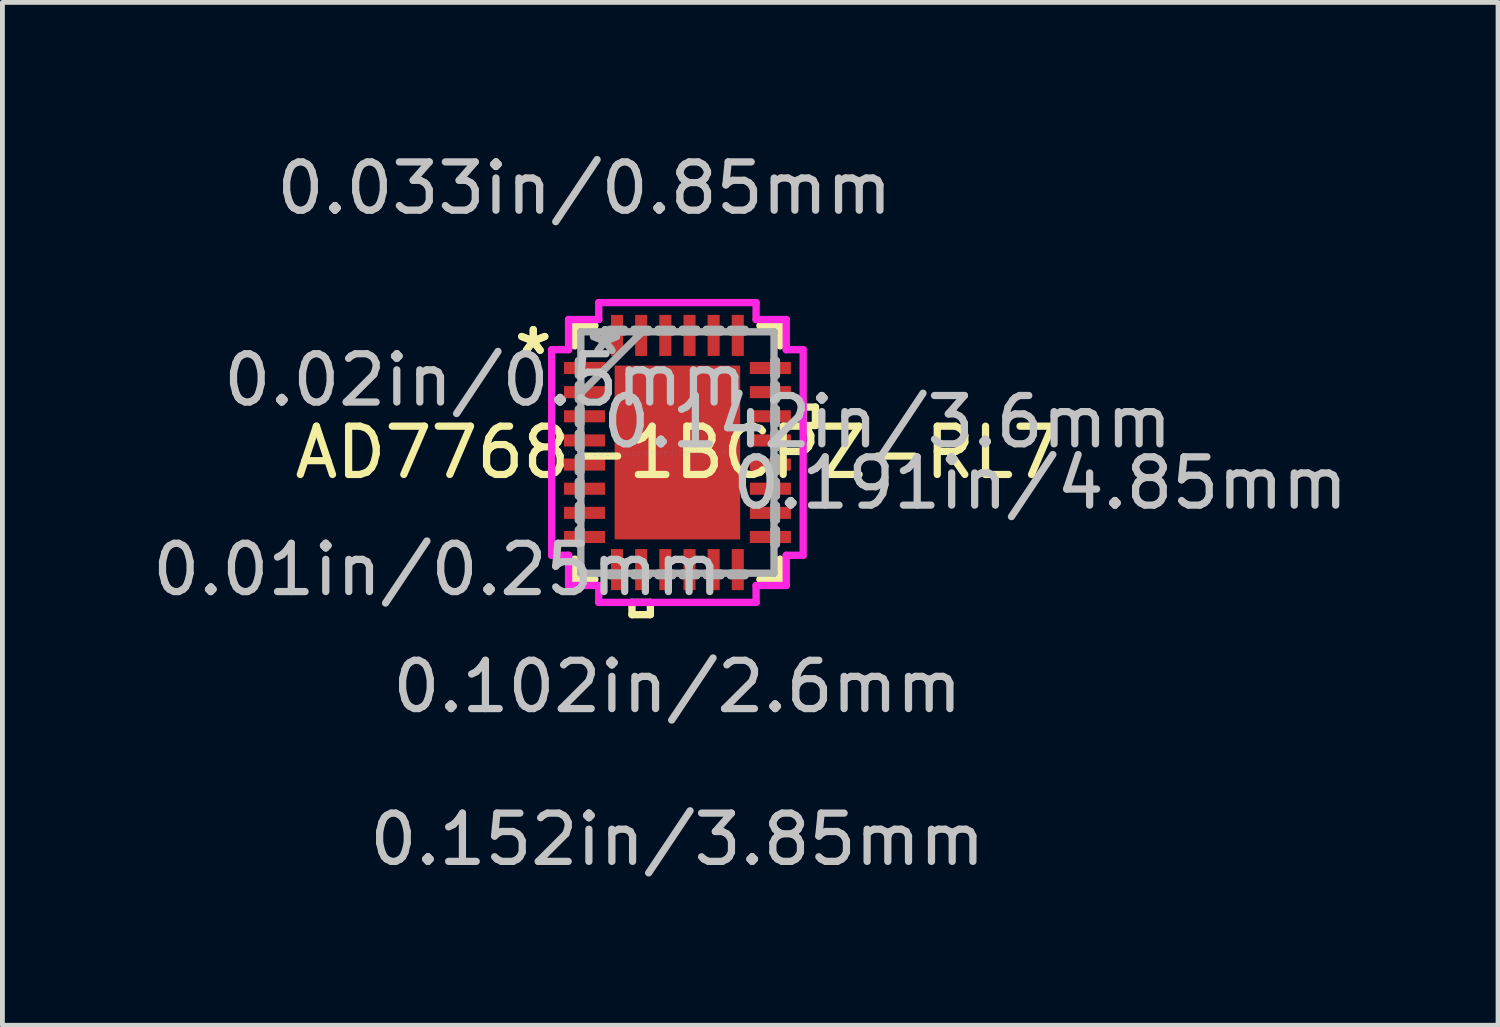
<source format=kicad_pcb>
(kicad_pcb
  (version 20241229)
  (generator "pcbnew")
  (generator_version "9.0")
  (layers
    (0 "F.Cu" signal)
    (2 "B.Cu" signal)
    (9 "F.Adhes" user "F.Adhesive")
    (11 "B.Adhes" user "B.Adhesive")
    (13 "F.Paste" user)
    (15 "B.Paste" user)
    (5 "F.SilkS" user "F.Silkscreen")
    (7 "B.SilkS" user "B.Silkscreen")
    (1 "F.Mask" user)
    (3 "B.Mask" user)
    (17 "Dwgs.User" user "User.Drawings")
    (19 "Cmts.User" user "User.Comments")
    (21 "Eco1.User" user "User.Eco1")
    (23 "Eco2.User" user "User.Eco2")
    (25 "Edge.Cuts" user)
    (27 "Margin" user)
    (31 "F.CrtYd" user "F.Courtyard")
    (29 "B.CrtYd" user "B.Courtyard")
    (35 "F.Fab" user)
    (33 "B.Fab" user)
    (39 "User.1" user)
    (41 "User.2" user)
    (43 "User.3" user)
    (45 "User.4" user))
  (footprint "AD7768-1BCPZ-RL7"
    (layer "F.Cu")
    (at 10.979 6.321)
    (property "Reference" "AD7768-1BCPZ-RL7" (at 0 0 0) (layer "F.SilkS") (effects (font (size 1 1) (thickness 0.15))))
    (attr through_hole)
    (fp_line (start -2.127 -2.627) (end -2.127 -2.208) (stroke (width 0.152) (type solid)) (layer "F.SilkS"))
    (fp_line (start -2.127 2.208) (end -2.127 2.627) (stroke (width 0.152) (type solid)) (layer "F.SilkS"))
    (fp_line (start -2.127 2.627) (end -1.708 2.627) (stroke (width 0.152) (type solid)) (layer "F.SilkS"))
    (fp_line (start -1.708 -2.627) (end -2.127 -2.627) (stroke (width 0.152) (type solid)) (layer "F.SilkS"))
    (fp_line (start -0.941 3.104) (end -0.941 3.358) (stroke (width 0.152) (type solid)) (layer "F.SilkS"))
    (fp_line (start -0.941 3.358) (end -0.56 3.358) (stroke (width 0.152) (type solid)) (layer "F.SilkS"))
    (fp_line (start -0.56 3.104) (end -0.941 3.104) (stroke (width 0.152) (type solid)) (layer "F.SilkS"))
    (fp_line (start -0.56 3.358) (end -0.56 3.104) (stroke (width 0.152) (type solid)) (layer "F.SilkS"))
    (fp_line (start 1.708 2.627) (end 2.127 2.627) (stroke (width 0.152) (type solid)) (layer "F.SilkS"))
    (fp_line (start 2.127 -2.627) (end 1.708 -2.627) (stroke (width 0.152) (type solid)) (layer "F.SilkS"))
    (fp_line (start 2.127 -2.208) (end 2.127 -2.627) (stroke (width 0.152) (type solid)) (layer "F.SilkS"))
    (fp_line (start 2.127 2.627) (end 2.127 2.208) (stroke (width 0.152) (type solid)) (layer "F.SilkS"))
    (fp_line (start 2.604 -0.941) (end 2.858 -0.941) (stroke (width 0.152) (type solid)) (layer "F.SilkS"))
    (fp_line (start 2.604 -0.56) (end 2.604 -0.941) (stroke (width 0.152) (type solid)) (layer "F.SilkS"))
    (fp_line (start 2.858 -0.941) (end 2.858 -0.56) (stroke (width 0.152) (type solid)) (layer "F.SilkS"))
    (fp_line (start 2.858 -0.56) (end 2.604 -0.56) (stroke (width 0.152) (type solid)) (layer "F.SilkS"))
    (fp_line (start -1.2 -1.7) (end -1.2 -0.1) (stroke (width 0.152) (type solid)) (layer "F.Paste"))
    (fp_line (start -1.2 -0.1) (end -0.1 -0.1) (stroke (width 0.152) (type solid)) (layer "F.Paste"))
    (fp_line (start -1.2 0.1) (end -1.2 1.7) (stroke (width 0.152) (type solid)) (layer "F.Paste"))
    (fp_line (start -1.2 1.7) (end -0.1 1.7) (stroke (width 0.152) (type solid)) (layer "F.Paste"))
    (fp_line (start -0.1 -1.7) (end -1.2 -1.7) (stroke (width 0.152) (type solid)) (layer "F.Paste"))
    (fp_line (start -0.1 -0.1) (end -0.1 -1.7) (stroke (width 0.152) (type solid)) (layer "F.Paste"))
    (fp_line (start -0.1 0.1) (end -1.2 0.1) (stroke (width 0.152) (type solid)) (layer "F.Paste"))
    (fp_line (start -0.1 1.7) (end -0.1 0.1) (stroke (width 0.152) (type solid)) (layer "F.Paste"))
    (fp_line (start 0.1 -1.7) (end 0.1 -0.1) (stroke (width 0.152) (type solid)) (layer "F.Paste"))
    (fp_line (start 0.1 -0.1) (end 1.2 -0.1) (stroke (width 0.152) (type solid)) (layer "F.Paste"))
    (fp_line (start 0.1 0.1) (end 0.1 1.7) (stroke (width 0.152) (type solid)) (layer "F.Paste"))
    (fp_line (start 0.1 1.7) (end 1.2 1.7) (stroke (width 0.152) (type solid)) (layer "F.Paste"))
    (fp_line (start 1.2 -1.7) (end 0.1 -1.7) (stroke (width 0.152) (type solid)) (layer "F.Paste"))
    (fp_line (start 1.2 -0.1) (end 1.2 -1.7) (stroke (width 0.152) (type solid)) (layer "F.Paste"))
    (fp_line (start 1.2 0.1) (end 0.1 0.1) (stroke (width 0.152) (type solid)) (layer "F.Paste"))
    (fp_line (start 1.2 1.7) (end 1.2 0.1) (stroke (width 0.152) (type solid)) (layer "F.Paste"))
    (fp_line (start -2.604 -2.129) (end -2.254 -2.129) (stroke (width 0.152) (type solid)) (layer "F.CrtYd"))
    (fp_line (start -2.604 2.129) (end -2.604 -2.129) (stroke (width 0.152) (type solid)) (layer "F.CrtYd"))
    (fp_line (start -2.254 -2.754) (end -1.629 -2.754) (stroke (width 0.152) (type solid)) (layer "F.CrtYd"))
    (fp_line (start -2.254 -2.129) (end -2.254 -2.754) (stroke (width 0.152) (type solid)) (layer "F.CrtYd"))
    (fp_line (start -2.254 2.129) (end -2.604 2.129) (stroke (width 0.152) (type solid)) (layer "F.CrtYd"))
    (fp_line (start -2.254 2.754) (end -2.254 2.129) (stroke (width 0.152) (type solid)) (layer "F.CrtYd"))
    (fp_line (start -1.629 -3.104) (end 1.629 -3.104) (stroke (width 0.152) (type solid)) (layer "F.CrtYd"))
    (fp_line (start -1.629 -2.754) (end -1.629 -3.104) (stroke (width 0.152) (type solid)) (layer "F.CrtYd"))
    (fp_line (start -1.629 2.754) (end -2.254 2.754) (stroke (width 0.152) (type solid)) (layer "F.CrtYd"))
    (fp_line (start -1.629 3.104) (end -1.629 2.754) (stroke (width 0.152) (type solid)) (layer "F.CrtYd"))
    (fp_line (start 1.629 -3.104) (end 1.629 -2.754) (stroke (width 0.152) (type solid)) (layer "F.CrtYd"))
    (fp_line (start 1.629 -2.754) (end 2.254 -2.754) (stroke (width 0.152) (type solid)) (layer "F.CrtYd"))
    (fp_line (start 1.629 2.754) (end 1.629 3.104) (stroke (width 0.152) (type solid)) (layer "F.CrtYd"))
    (fp_line (start 1.629 3.104) (end -1.629 3.104) (stroke (width 0.152) (type solid)) (layer "F.CrtYd"))
    (fp_line (start 2.254 -2.754) (end 2.254 -2.129) (stroke (width 0.152) (type solid)) (layer "F.CrtYd"))
    (fp_line (start 2.254 -2.129) (end 2.604 -2.129) (stroke (width 0.152) (type solid)) (layer "F.CrtYd"))
    (fp_line (start 2.254 2.129) (end 2.254 2.754) (stroke (width 0.152) (type solid)) (layer "F.CrtYd"))
    (fp_line (start 2.254 2.754) (end 1.629 2.754) (stroke (width 0.152) (type solid)) (layer "F.CrtYd"))
    (fp_line (start 2.604 -2.129) (end 2.604 2.129) (stroke (width 0.152) (type solid)) (layer "F.CrtYd"))
    (fp_line (start 2.604 2.129) (end 2.254 2.129) (stroke (width 0.152) (type solid)) (layer "F.CrtYd"))
    (fp_line (start -2.05 -1.9) (end -2.05 -1.6) (stroke (width 0.152) (type solid)) (layer "F.Fab"))
    (fp_line (start -2.05 -1.6) (end -2 -1.6) (stroke (width 0.152) (type solid)) (layer "F.Fab"))
    (fp_line (start -2.05 -1.4) (end -2.05 -1.1) (stroke (width 0.152) (type solid)) (layer "F.Fab"))
    (fp_line (start -2.05 -1.1) (end -2 -1.1) (stroke (width 0.152) (type solid)) (layer "F.Fab"))
    (fp_line (start -2.05 -0.9) (end -2.05 -0.6) (stroke (width 0.152) (type solid)) (layer "F.Fab"))
    (fp_line (start -2.05 -0.6) (end -2 -0.6) (stroke (width 0.152) (type solid)) (layer "F.Fab"))
    (fp_line (start -2.05 -0.4) (end -2.05 -0.1) (stroke (width 0.152) (type solid)) (layer "F.Fab"))
    (fp_line (start -2.05 -0.1) (end -2 -0.1) (stroke (width 0.152) (type solid)) (layer "F.Fab"))
    (fp_line (start -2.05 0.1) (end -2.05 0.4) (stroke (width 0.152) (type solid)) (layer "F.Fab"))
    (fp_line (start -2.05 0.4) (end -2 0.4) (stroke (width 0.152) (type solid)) (layer "F.Fab"))
    (fp_line (start -2.05 0.6) (end -2.05 0.9) (stroke (width 0.152) (type solid)) (layer "F.Fab"))
    (fp_line (start -2.05 0.9) (end -2 0.9) (stroke (width 0.152) (type solid)) (layer "F.Fab"))
    (fp_line (start -2.05 1.1) (end -2.05 1.4) (stroke (width 0.152) (type solid)) (layer "F.Fab"))
    (fp_line (start -2.05 1.4) (end -2 1.4) (stroke (width 0.152) (type solid)) (layer "F.Fab"))
    (fp_line (start -2.05 1.6) (end -2.05 1.9) (stroke (width 0.152) (type solid)) (layer "F.Fab"))
    (fp_line (start -2.05 1.9) (end -2 1.9) (stroke (width 0.152) (type solid)) (layer "F.Fab"))
    (fp_line (start -2 -2.5) (end -2 -2.5) (stroke (width 0.152) (type solid)) (layer "F.Fab"))
    (fp_line (start -2 -2.5) (end -2 2.5) (stroke (width 0.152) (type solid)) (layer "F.Fab"))
    (fp_line (start -2 -1.9) (end -2.05 -1.9) (stroke (width 0.152) (type solid)) (layer "F.Fab"))
    (fp_line (start -2 -1.6) (end -2 -1.9) (stroke (width 0.152) (type solid)) (layer "F.Fab"))
    (fp_line (start -2 -1.4) (end -2.05 -1.4) (stroke (width 0.152) (type solid)) (layer "F.Fab"))
    (fp_line (start -2 -1.23) (end -0.73 -2.5) (stroke (width 0.152) (type solid)) (layer "F.Fab"))
    (fp_line (start -2 -1.1) (end -2 -1.4) (stroke (width 0.152) (type solid)) (layer "F.Fab"))
    (fp_line (start -2 -0.9) (end -2.05 -0.9) (stroke (width 0.152) (type solid)) (layer "F.Fab"))
    (fp_line (start -2 -0.6) (end -2 -0.9) (stroke (width 0.152) (type solid)) (layer "F.Fab"))
    (fp_line (start -2 -0.4) (end -2.05 -0.4) (stroke (width 0.152) (type solid)) (layer "F.Fab"))
    (fp_line (start -2 -0.1) (end -2 -0.4) (stroke (width 0.152) (type solid)) (layer "F.Fab"))
    (fp_line (start -2 0.1) (end -2.05 0.1) (stroke (width 0.152) (type solid)) (layer "F.Fab"))
    (fp_line (start -2 0.4) (end -2 0.1) (stroke (width 0.152) (type solid)) (layer "F.Fab"))
    (fp_line (start -2 0.6) (end -2.05 0.6) (stroke (width 0.152) (type solid)) (layer "F.Fab"))
    (fp_line (start -2 0.9) (end -2 0.6) (stroke (width 0.152) (type solid)) (layer "F.Fab"))
    (fp_line (start -2 1.1) (end -2.05 1.1) (stroke (width 0.152) (type solid)) (layer "F.Fab"))
    (fp_line (start -2 1.4) (end -2 1.1) (stroke (width 0.152) (type solid)) (layer "F.Fab"))
    (fp_line (start -2 1.6) (end -2.05 1.6) (stroke (width 0.152) (type solid)) (layer "F.Fab"))
    (fp_line (start -2 1.9) (end -2 1.6) (stroke (width 0.152) (type solid)) (layer "F.Fab"))
    (fp_line (start -2 2.5) (end -2 2.5) (stroke (width 0.152) (type solid)) (layer "F.Fab"))
    (fp_line (start -2 2.5) (end 2 2.5) (stroke (width 0.152) (type solid)) (layer "F.Fab"))
    (fp_line (start -1.4 -2.55) (end -1.4 -2.5) (stroke (width 0.152) (type solid)) (layer "F.Fab"))
    (fp_line (start -1.4 -2.5) (end -1.1 -2.5) (stroke (width 0.152) (type solid)) (layer "F.Fab"))
    (fp_line (start -1.4 2.5) (end -1.4 2.55) (stroke (width 0.152) (type solid)) (layer "F.Fab"))
    (fp_line (start -1.4 2.55) (end -1.1 2.55) (stroke (width 0.152) (type solid)) (layer "F.Fab"))
    (fp_line (start -1.1 -2.55) (end -1.4 -2.55) (stroke (width 0.152) (type solid)) (layer "F.Fab"))
    (fp_line (start -1.1 -2.5) (end -1.1 -2.55) (stroke (width 0.152) (type solid)) (layer "F.Fab"))
    (fp_line (start -1.1 2.5) (end -1.4 2.5) (stroke (width 0.152) (type solid)) (layer "F.Fab"))
    (fp_line (start -1.1 2.55) (end -1.1 2.5) (stroke (width 0.152) (type solid)) (layer "F.Fab"))
    (fp_line (start -0.9 -2.55) (end -0.9 -2.5) (stroke (width 0.152) (type solid)) (layer "F.Fab"))
    (fp_line (start -0.9 -2.5) (end -0.6 -2.5) (stroke (width 0.152) (type solid)) (layer "F.Fab"))
    (fp_line (start -0.9 2.5) (end -0.9 2.55) (stroke (width 0.152) (type solid)) (layer "F.Fab"))
    (fp_line (start -0.9 2.55) (end -0.6 2.55) (stroke (width 0.152) (type solid)) (layer "F.Fab"))
    (fp_line (start -0.6 -2.55) (end -0.9 -2.55) (stroke (width 0.152) (type solid)) (layer "F.Fab"))
    (fp_line (start -0.6 -2.5) (end -0.6 -2.55) (stroke (width 0.152) (type solid)) (layer "F.Fab"))
    (fp_line (start -0.6 2.5) (end -0.9 2.5) (stroke (width 0.152) (type solid)) (layer "F.Fab"))
    (fp_line (start -0.6 2.55) (end -0.6 2.5) (stroke (width 0.152) (type solid)) (layer "F.Fab"))
    (fp_line (start -0.4 -2.55) (end -0.4 -2.5) (stroke (width 0.152) (type solid)) (layer "F.Fab"))
    (fp_line (start -0.4 -2.5) (end -0.1 -2.5) (stroke (width 0.152) (type solid)) (layer "F.Fab"))
    (fp_line (start -0.4 2.5) (end -0.4 2.55) (stroke (width 0.152) (type solid)) (layer "F.Fab"))
    (fp_line (start -0.4 2.55) (end -0.1 2.55) (stroke (width 0.152) (type solid)) (layer "F.Fab"))
    (fp_line (start -0.1 -2.55) (end -0.4 -2.55) (stroke (width 0.152) (type solid)) (layer "F.Fab"))
    (fp_line (start -0.1 -2.5) (end -0.1 -2.55) (stroke (width 0.152) (type solid)) (layer "F.Fab"))
    (fp_line (start -0.1 2.5) (end -0.4 2.5) (stroke (width 0.152) (type solid)) (layer "F.Fab"))
    (fp_line (start -0.1 2.55) (end -0.1 2.5) (stroke (width 0.152) (type solid)) (layer "F.Fab"))
    (fp_line (start 0.1 -2.55) (end 0.1 -2.5) (stroke (width 0.152) (type solid)) (layer "F.Fab"))
    (fp_line (start 0.1 -2.5) (end 0.4 -2.5) (stroke (width 0.152) (type solid)) (layer "F.Fab"))
    (fp_line (start 0.1 2.5) (end 0.1 2.55) (stroke (width 0.152) (type solid)) (layer "F.Fab"))
    (fp_line (start 0.1 2.55) (end 0.4 2.55) (stroke (width 0.152) (type solid)) (layer "F.Fab"))
    (fp_line (start 0.4 -2.55) (end 0.1 -2.55) (stroke (width 0.152) (type solid)) (layer "F.Fab"))
    (fp_line (start 0.4 -2.5) (end 0.4 -2.55) (stroke (width 0.152) (type solid)) (layer "F.Fab"))
    (fp_line (start 0.4 2.5) (end 0.1 2.5) (stroke (width 0.152) (type solid)) (layer "F.Fab"))
    (fp_line (start 0.4 2.55) (end 0.4 2.5) (stroke (width 0.152) (type solid)) (layer "F.Fab"))
    (fp_line (start 0.6 -2.55) (end 0.6 -2.5) (stroke (width 0.152) (type solid)) (layer "F.Fab"))
    (fp_line (start 0.6 -2.5) (end 0.9 -2.5) (stroke (width 0.152) (type solid)) (layer "F.Fab"))
    (fp_line (start 0.6 2.5) (end 0.6 2.55) (stroke (width 0.152) (type solid)) (layer "F.Fab"))
    (fp_line (start 0.6 2.55) (end 0.9 2.55) (stroke (width 0.152) (type solid)) (layer "F.Fab"))
    (fp_line (start 0.9 -2.55) (end 0.6 -2.55) (stroke (width 0.152) (type solid)) (layer "F.Fab"))
    (fp_line (start 0.9 -2.5) (end 0.9 -2.55) (stroke (width 0.152) (type solid)) (layer "F.Fab"))
    (fp_line (start 0.9 2.5) (end 0.6 2.5) (stroke (width 0.152) (type solid)) (layer "F.Fab"))
    (fp_line (start 0.9 2.55) (end 0.9 2.5) (stroke (width 0.152) (type solid)) (layer "F.Fab"))
    (fp_line (start 1.1 -2.55) (end 1.1 -2.5) (stroke (width 0.152) (type solid)) (layer "F.Fab"))
    (fp_line (start 1.1 -2.5) (end 1.4 -2.5) (stroke (width 0.152) (type solid)) (layer "F.Fab"))
    (fp_line (start 1.1 2.5) (end 1.1 2.55) (stroke (width 0.152) (type solid)) (layer "F.Fab"))
    (fp_line (start 1.1 2.55) (end 1.4 2.55) (stroke (width 0.152) (type solid)) (layer "F.Fab"))
    (fp_line (start 1.4 -2.55) (end 1.1 -2.55) (stroke (width 0.152) (type solid)) (layer "F.Fab"))
    (fp_line (start 1.4 -2.5) (end 1.4 -2.55) (stroke (width 0.152) (type solid)) (layer "F.Fab"))
    (fp_line (start 1.4 2.5) (end 1.1 2.5) (stroke (width 0.152) (type solid)) (layer "F.Fab"))
    (fp_line (start 1.4 2.55) (end 1.4 2.5) (stroke (width 0.152) (type solid)) (layer "F.Fab"))
    (fp_line (start 2 -2.5) (end -2 -2.5) (stroke (width 0.152) (type solid)) (layer "F.Fab"))
    (fp_line (start 2 -2.5) (end 2 -2.5) (stroke (width 0.152) (type solid)) (layer "F.Fab"))
    (fp_line (start 2 -1.9) (end 2 -1.6) (stroke (width 0.152) (type solid)) (layer "F.Fab"))
    (fp_line (start 2 -1.6) (end 2.05 -1.6) (stroke (width 0.152) (type solid)) (layer "F.Fab"))
    (fp_line (start 2 -1.4) (end 2 -1.1) (stroke (width 0.152) (type solid)) (layer "F.Fab"))
    (fp_line (start 2 -1.1) (end 2.05 -1.1) (stroke (width 0.152) (type solid)) (layer "F.Fab"))
    (fp_line (start 2 -0.9) (end 2 -0.6) (stroke (width 0.152) (type solid)) (layer "F.Fab"))
    (fp_line (start 2 -0.6) (end 2.05 -0.6) (stroke (width 0.152) (type solid)) (layer "F.Fab"))
    (fp_line (start 2 -0.4) (end 2 -0.1) (stroke (width 0.152) (type solid)) (layer "F.Fab"))
    (fp_line (start 2 -0.1) (end 2.05 -0.1) (stroke (width 0.152) (type solid)) (layer "F.Fab"))
    (fp_line (start 2 0.1) (end 2 0.4) (stroke (width 0.152) (type solid)) (layer "F.Fab"))
    (fp_line (start 2 0.4) (end 2.05 0.4) (stroke (width 0.152) (type solid)) (layer "F.Fab"))
    (fp_line (start 2 0.6) (end 2 0.9) (stroke (width 0.152) (type solid)) (layer "F.Fab"))
    (fp_line (start 2 0.9) (end 2.05 0.9) (stroke (width 0.152) (type solid)) (layer "F.Fab"))
    (fp_line (start 2 1.1) (end 2 1.4) (stroke (width 0.152) (type solid)) (layer "F.Fab"))
    (fp_line (start 2 1.4) (end 2.05 1.4) (stroke (width 0.152) (type solid)) (layer "F.Fab"))
    (fp_line (start 2 1.6) (end 2 1.9) (stroke (width 0.152) (type solid)) (layer "F.Fab"))
    (fp_line (start 2 1.9) (end 2.05 1.9) (stroke (width 0.152) (type solid)) (layer "F.Fab"))
    (fp_line (start 2 2.5) (end 2 -2.5) (stroke (width 0.152) (type solid)) (layer "F.Fab"))
    (fp_line (start 2 2.5) (end 2 2.5) (stroke (width 0.152) (type solid)) (layer "F.Fab"))
    (fp_line (start 2.05 -1.9) (end 2 -1.9) (stroke (width 0.152) (type solid)) (layer "F.Fab"))
    (fp_line (start 2.05 -1.6) (end 2.05 -1.9) (stroke (width 0.152) (type solid)) (layer "F.Fab"))
    (fp_line (start 2.05 -1.4) (end 2 -1.4) (stroke (width 0.152) (type solid)) (layer "F.Fab"))
    (fp_line (start 2.05 -1.1) (end 2.05 -1.4) (stroke (width 0.152) (type solid)) (layer "F.Fab"))
    (fp_line (start 2.05 -0.9) (end 2 -0.9) (stroke (width 0.152) (type solid)) (layer "F.Fab"))
    (fp_line (start 2.05 -0.6) (end 2.05 -0.9) (stroke (width 0.152) (type solid)) (layer "F.Fab"))
    (fp_line (start 2.05 -0.4) (end 2 -0.4) (stroke (width 0.152) (type solid)) (layer "F.Fab"))
    (fp_line (start 2.05 -0.1) (end 2.05 -0.4) (stroke (width 0.152) (type solid)) (layer "F.Fab"))
    (fp_line (start 2.05 0.1) (end 2 0.1) (stroke (width 0.152) (type solid)) (layer "F.Fab"))
    (fp_line (start 2.05 0.4) (end 2.05 0.1) (stroke (width 0.152) (type solid)) (layer "F.Fab"))
    (fp_line (start 2.05 0.6) (end 2 0.6) (stroke (width 0.152) (type solid)) (layer "F.Fab"))
    (fp_line (start 2.05 0.9) (end 2.05 0.6) (stroke (width 0.152) (type solid)) (layer "F.Fab"))
    (fp_line (start 2.05 1.1) (end 2 1.1) (stroke (width 0.152) (type solid)) (layer "F.Fab"))
    (fp_line (start 2.05 1.4) (end 2.05 1.1) (stroke (width 0.152) (type solid)) (layer "F.Fab"))
    (fp_line (start 2.05 1.6) (end 2 1.6) (stroke (width 0.152) (type solid)) (layer "F.Fab"))
    (fp_line (start 2.05 1.9) (end 2.05 1.6) (stroke (width 0.152) (type solid)) (layer "F.Fab"))
    (fp_text user "*" (at -2.985 -2 0) (layer "F.SilkS") (effects (font (size 1 1) (thickness 0.15))))
    (fp_text user "*" (at -2.985 -2 0) (layer "F.SilkS") (effects (font (size 1 1) (thickness 0.15))))
    (fp_text user "0.142in/3.6mm" (at 4.348 -0.635 0) (layer "Dwgs.User") (effects (font (size 1 1) (thickness 0.15))))
    (fp_text user "0.01in/0.25mm" (at -4.973 2.425 0) (layer "Dwgs.User") (effects (font (size 1 1) (thickness 0.15))))
    (fp_text user "0.152in/3.85mm" (at 0 8.013 0) (layer "Dwgs.User") (effects (font (size 1 1) (thickness 0.15))))
    (fp_text user "0.02in/0.5mm" (at -3.978 -1.5 0) (layer "Dwgs.User") (effects (font (size 1 1) (thickness 0.15))))
    (fp_text user "0.191in/4.85mm" (at 7.513 0.635 0) (layer "Dwgs.User") (effects (font (size 1 1) (thickness 0.15))))
    (fp_text user "0.102in/2.6mm" (at 0 4.848 0) (layer "Dwgs.User") (effects (font (size 1 1) (thickness 0.15))))
    (fp_text user "0.033in/0.85mm" (at -1.925 -5.473 0) (layer "Dwgs.User") (effects (font (size 1 1) (thickness 0.15))))
    (fp_text user "Copyright 2016 Accelerated Designs. All rights reserved." (at 0 0 0) (layer "Cmts.User") (effects (font (size 0.127 0.127) (thickness 0.002))))
    (fp_text user "*" (at -1.5 -2 0) (layer "F.Fab") (effects (font (size 1 1) (thickness 0.15))))
    (fp_text user "*" (at -1.5 -2 0) (layer "F.Fab") (effects (font (size 1 1) (thickness 0.15))))
    (pad "1" smd rect (at -1.925 -1.75 90) (size 0.25 0.85) (layers "F.Cu" "F.Mask" "F.Paste"))
    (pad "2" smd rect (at -1.925 -1.25 90) (size 0.25 0.85) (layers "F.Cu" "F.Mask" "F.Paste"))
    (pad "3" smd rect (at -1.925 -0.75 90) (size 0.25 0.85) (layers "F.Cu" "F.Mask" "F.Paste"))
    (pad "4" smd rect (at -1.925 -0.25 90) (size 0.25 0.85) (layers "F.Cu" "F.Mask" "F.Paste"))
    (pad "5" smd rect (at -1.925 0.25 90) (size 0.25 0.85) (layers "F.Cu" "F.Mask" "F.Paste"))
    (pad "6" smd rect (at -1.925 0.75 90) (size 0.25 0.85) (layers "F.Cu" "F.Mask" "F.Paste"))
    (pad "7" smd rect (at -1.925 1.25 90) (size 0.25 0.85) (layers "F.Cu" "F.Mask" "F.Paste"))
    (pad "8" smd rect (at -1.925 1.75 90) (size 0.25 0.85) (layers "F.Cu" "F.Mask" "F.Paste"))
    (pad "9" smd rect (at -1.25 2.425) (size 0.25 0.85) (layers "F.Cu" "F.Mask" "F.Paste"))
    (pad "10" smd rect (at -0.75 2.425) (size 0.25 0.85) (layers "F.Cu" "F.Mask" "F.Paste"))
    (pad "11" smd rect (at -0.25 2.425) (size 0.25 0.85) (layers "F.Cu" "F.Mask" "F.Paste"))
    (pad "12" smd rect (at 0.25 2.425) (size 0.25 0.85) (layers "F.Cu" "F.Mask" "F.Paste"))
    (pad "13" smd rect (at 0.75 2.425) (size 0.25 0.85) (layers "F.Cu" "F.Mask" "F.Paste"))
    (pad "14" smd rect (at 1.25 2.425) (size 0.25 0.85) (layers "F.Cu" "F.Mask" "F.Paste"))
    (pad "15" smd rect (at 1.925 1.75 90) (size 0.25 0.85) (layers "F.Cu" "F.Mask" "F.Paste"))
    (pad "16" smd rect (at 1.925 1.25 90) (size 0.25 0.85) (layers "F.Cu" "F.Mask" "F.Paste"))
    (pad "17" smd rect (at 1.925 0.75 90) (size 0.25 0.85) (layers "F.Cu" "F.Mask" "F.Paste"))
    (pad "18" smd rect (at 1.925 0.25 90) (size 0.25 0.85) (layers "F.Cu" "F.Mask" "F.Paste"))
    (pad "19" smd rect (at 1.925 -0.25 90) (size 0.25 0.85) (layers "F.Cu" "F.Mask" "F.Paste"))
    (pad "20" smd rect (at 1.925 -0.75 90) (size 0.25 0.85) (layers "F.Cu" "F.Mask" "F.Paste"))
    (pad "21" smd rect (at 1.925 -1.25 90) (size 0.25 0.85) (layers "F.Cu" "F.Mask" "F.Paste"))
    (pad "22" smd rect (at 1.925 -1.75 90) (size 0.25 0.85) (layers "F.Cu" "F.Mask" "F.Paste"))
    (pad "23" smd rect (at 1.25 -2.425) (size 0.25 0.85) (layers "F.Cu" "F.Mask" "F.Paste"))
    (pad "24" smd rect (at 0.75 -2.425) (size 0.25 0.85) (layers "F.Cu" "F.Mask" "F.Paste"))
    (pad "25" smd rect (at 0.25 -2.425) (size 0.25 0.85) (layers "F.Cu" "F.Mask" "F.Paste"))
    (pad "26" smd rect (at -0.25 -2.425) (size 0.25 0.85) (layers "F.Cu" "F.Mask" "F.Paste"))
    (pad "27" smd rect (at -0.75 -2.425) (size 0.25 0.85) (layers "F.Cu" "F.Mask" "F.Paste"))
    (pad "28" smd rect (at -1.25 -2.425) (size 0.25 0.85) (layers "F.Cu" "F.Mask" "F.Paste"))
    (pad "29" smd rect (at 0 0) (size 2.6 3.6) (layers "F.Cu" "F.Mask" "F.Paste")))
  (gr_rect
    (start -3 -3)
    (end 27.974 18.183)
    (stroke (width 0.1) (type default))
    (fill no)
    (layer "Edge.Cuts")))
</source>
